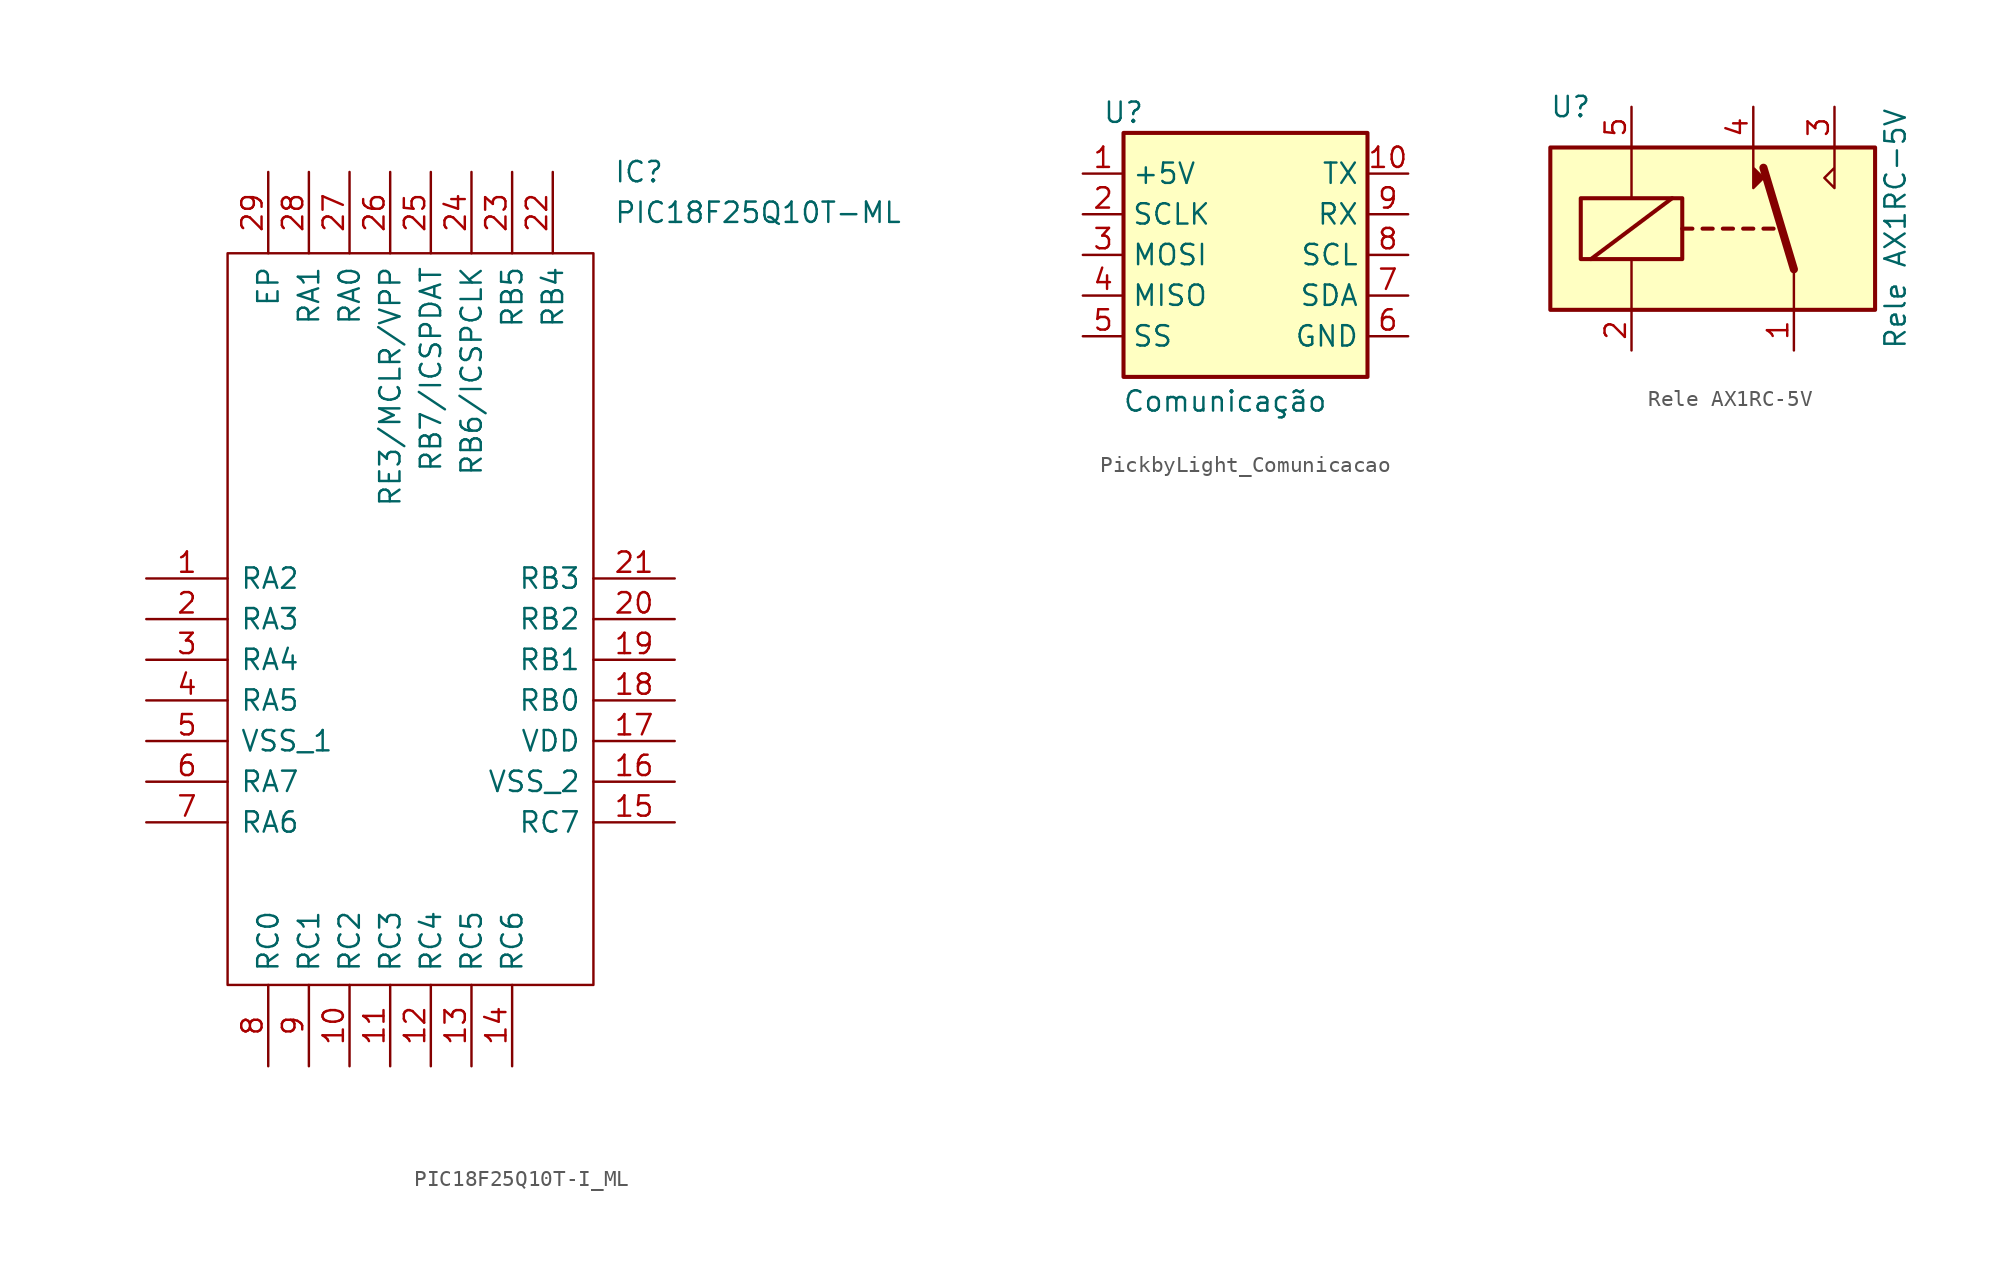
<source format=kicad_sym>
(kicad_symbol_lib
  (version 20231120)
  (generator "kicad_symbol_editor")
  (generator_version "8.0")
  (symbol "PIC18F25Q10T-I_ML"
    (pin_names
      (offset 0.762))
    (property "Reference" "IC"
      (at 29.21 25.4 0)
      (effects (font (size 1.27 1.27)) (justify left)))
    (property "Value" "PIC18F25Q10T-ML"
      (at 29.21 22.86 0)
      (effects (font (size 1.27 1.27)) (justify left)))
    (symbol "PIC18F25Q10T-I_ML_0_0"
      (pin passive line (at 0 0 0) (length 5.08) (name "RA2" (effects (font (size 1.27 1.27)))) (number "1" (effects (font (size 1.27 1.27)))))
      (pin passive line (at 12.7 -30.48 90) (length 5.08) (name "RC2" (effects (font (size 1.27 1.27)))) (number "10" (effects (font (size 1.27 1.27)))))
      (pin passive line (at 15.24 -30.48 90) (length 5.08) (name "RC3" (effects (font (size 1.27 1.27)))) (number "11" (effects (font (size 1.27 1.27)))))
      (pin passive line (at 17.78 -30.48 90) (length 5.08) (name "RC4" (effects (font (size 1.27 1.27)))) (number "12" (effects (font (size 1.27 1.27)))))
      (pin passive line (at 20.32 -30.48 90) (length 5.08) (name "RC5" (effects (font (size 1.27 1.27)))) (number "13" (effects (font (size 1.27 1.27)))))
      (pin passive line (at 22.86 -30.48 90) (length 5.08) (name "RC6" (effects (font (size 1.27 1.27)))) (number "14" (effects (font (size 1.27 1.27)))))
      (pin passive line (at 33.02 -15.24 180) (length 5.08) (name "RC7" (effects (font (size 1.27 1.27)))) (number "15" (effects (font (size 1.27 1.27)))))
      (pin passive line (at 33.02 -12.7 180) (length 5.08) (name "VSS_2" (effects (font (size 1.27 1.27)))) (number "16" (effects (font (size 1.27 1.27)))))
      (pin passive line (at 33.02 -10.16 180) (length 5.08) (name "VDD" (effects (font (size 1.27 1.27)))) (number "17" (effects (font (size 1.27 1.27)))))
      (pin passive line (at 33.02 -7.62 180) (length 5.08) (name "RB0" (effects (font (size 1.27 1.27)))) (number "18" (effects (font (size 1.27 1.27)))))
      (pin passive line (at 33.02 -5.08 180) (length 5.08) (name "RB1" (effects (font (size 1.27 1.27)))) (number "19" (effects (font (size 1.27 1.27)))))
      (pin passive line (at 0 -2.54 0) (length 5.08) (name "RA3" (effects (font (size 1.27 1.27)))) (number "2" (effects (font (size 1.27 1.27)))))
      (pin passive line (at 33.02 -2.54 180) (length 5.08) (name "RB2" (effects (font (size 1.27 1.27)))) (number "20" (effects (font (size 1.27 1.27)))))
      (pin passive line (at 33.02 0 180) (length 5.08) (name "RB3" (effects (font (size 1.27 1.27)))) (number "21" (effects (font (size 1.27 1.27)))))
      (pin passive line (at 25.4 25.4 270) (length 5.08) (name "RB4" (effects (font (size 1.27 1.27)))) (number "22" (effects (font (size 1.27 1.27)))))
      (pin passive line (at 22.86 25.4 270) (length 5.08) (name "RB5" (effects (font (size 1.27 1.27)))) (number "23" (effects (font (size 1.27 1.27)))))
      (pin passive line (at 20.32 25.4 270) (length 5.08) (name "RB6/ICSPCLK" (effects (font (size 1.27 1.27)))) (number "24" (effects (font (size 1.27 1.27)))))
      (pin passive line (at 17.78 25.4 270) (length 5.08) (name "RB7/ICSPDAT" (effects (font (size 1.27 1.27)))) (number "25" (effects (font (size 1.27 1.27)))))
      (pin passive line (at 15.24 25.4 270) (length 5.08) (name "RE3/MCLR/VPP" (effects (font (size 1.27 1.27)))) (number "26" (effects (font (size 1.27 1.27)))))
      (pin passive line (at 12.7 25.4 270) (length 5.08) (name "RA0" (effects (font (size 1.27 1.27)))) (number "27" (effects (font (size 1.27 1.27)))))
      (pin passive line (at 10.16 25.4 270) (length 5.08) (name "RA1" (effects (font (size 1.27 1.27)))) (number "28" (effects (font (size 1.27 1.27)))))
      (pin passive line (at 7.62 25.4 270) (length 5.08) (name "EP" (effects (font (size 1.27 1.27)))) (number "29" (effects (font (size 1.27 1.27)))))
      (pin passive line (at 0 -5.08 0) (length 5.08) (name "RA4" (effects (font (size 1.27 1.27)))) (number "3" (effects (font (size 1.27 1.27)))))
      (pin passive line (at 0 -7.62 0) (length 5.08) (name "RA5" (effects (font (size 1.27 1.27)))) (number "4" (effects (font (size 1.27 1.27)))))
      (pin passive line (at 0 -10.16 0) (length 5.08) (name "VSS_1" (effects (font (size 1.27 1.27)))) (number "5" (effects (font (size 1.27 1.27)))))
      (pin passive line (at 0 -12.7 0) (length 5.08) (name "RA7" (effects (font (size 1.27 1.27)))) (number "6" (effects (font (size 1.27 1.27)))))
      (pin passive line (at 0 -15.24 0) (length 5.08) (name "RA6" (effects (font (size 1.27 1.27)))) (number "7" (effects (font (size 1.27 1.27)))))
      (pin passive line (at 7.62 -30.48 90) (length 5.08) (name "RC0" (effects (font (size 1.27 1.27)))) (number "8" (effects (font (size 1.27 1.27)))))
      (pin passive line (at 10.16 -30.48 90) (length 5.08) (name "RC1" (effects (font (size 1.27 1.27)))) (number "9" (effects (font (size 1.27 1.27))))))
    (symbol "PIC18F25Q10T-I_ML_0_1"
      (polyline (pts (xy 5.08 20.32) (xy 27.94 20.32) (xy 27.94 -25.4) (xy 5.08 -25.4) (xy 5.08 20.32)) (stroke (width 0.152) (type solid)) (fill (type none)))))
  (symbol "PickbyLight_Comunicacao"
    (property "Reference" "U"
      (at 0 0 0)
      (effects (font (size 1.27 1.27))))
    (property "Value" "Comunicação"
      (at 6.35 -18.034 0)
      (effects (font (size 1.27 1.27))))
    (symbol "PickbyLight_Comunicacao_0_1"
      (rectangle (start 0 -1.27) (end 15.24 -16.51) (stroke (width 0.254) (type default)) (fill (type background))))
    (symbol "PickbyLight_Comunicacao_1_1"
      (pin power_in line (at -2.54 -3.81 0) (length 2.54) (name "+5V" (effects (font (size 1.27 1.27)))) (number "1" (effects (font (size 1.27 1.27)))))
      (pin bidirectional line (at 17.78 -3.81 180) (length 2.54) (name "TX" (effects (font (size 1.27 1.27)))) (number "10" (effects (font (size 1.27 1.27)))))
      (pin bidirectional line (at -2.54 -6.35 0) (length 2.54) (name "SCLK" (effects (font (size 1.27 1.27)))) (number "2" (effects (font (size 1.27 1.27)))))
      (pin bidirectional line (at -2.54 -8.89 0) (length 2.54) (name "MOSI" (effects (font (size 1.27 1.27)))) (number "3" (effects (font (size 1.27 1.27)))))
      (pin bidirectional line (at -2.54 -11.43 0) (length 2.54) (name "MISO" (effects (font (size 1.27 1.27)))) (number "4" (effects (font (size 1.27 1.27)))))
      (pin bidirectional line (at -2.54 -13.97 0) (length 2.54) (name "SS" (effects (font (size 1.27 1.27)))) (number "5" (effects (font (size 1.27 1.27)))))
      (pin power_out line (at 17.78 -13.97 180) (length 2.54) (name "GND" (effects (font (size 1.27 1.27)))) (number "6" (effects (font (size 1.27 1.27)))))
      (pin bidirectional line (at 17.78 -11.43 180) (length 2.54) (name "SDA" (effects (font (size 1.27 1.27)))) (number "7" (effects (font (size 1.27 1.27)))))
      (pin bidirectional line (at 17.78 -8.89 180) (length 2.54) (name "SCL" (effects (font (size 1.27 1.27)))) (number "8" (effects (font (size 1.27 1.27)))))
      (pin bidirectional line (at 17.78 -6.35 180) (length 2.54) (name "RX" (effects (font (size 1.27 1.27)))) (number "9" (effects (font (size 1.27 1.27)))))))
  (symbol "Rele AX1RC-5V"
    (property "Reference" "U"
      (at 0 0 0)
      (effects (font (size 1.27 1.27))))
    (property "Value" "Rele AX1RC-5V"
      (at 20.32 -7.62 90)
      (effects (font (size 1.27 1.27))))
    (symbol "Rele AX1RC-5V_0_0"
      (polyline (pts (xy 16.51 -2.54) (xy 16.51 -5.08) (xy 15.875 -4.445) (xy 16.51 -3.81)) (stroke (width 0) (type default)) (fill (type none))))
    (symbol "Rele AX1RC-5V_0_1"
      (rectangle (start -1.27 -2.54) (end 19.05 -12.7) (stroke (width 0.254) (type default)) (fill (type background)))
      (polyline (pts (xy 1.27 -9.525) (xy 6.35 -5.715)) (stroke (width 0.254) (type default)) (fill (type none)))
      (polyline (pts (xy 3.81 -12.7) (xy 3.81 -9.525)) (stroke (width 0) (type default)) (fill (type none)))
      (polyline (pts (xy 3.81 -2.54) (xy 3.81 -5.715)) (stroke (width 0) (type default)) (fill (type none)))
      (polyline (pts (xy 6.985 -7.62) (xy 7.62 -7.62)) (stroke (width 0.254) (type default)) (fill (type none)))
      (polyline (pts (xy 8.255 -7.62) (xy 8.89 -7.62)) (stroke (width 0.254) (type default)) (fill (type none)))
      (polyline (pts (xy 9.525 -7.62) (xy 10.16 -7.62)) (stroke (width 0.254) (type default)) (fill (type none)))
      (polyline (pts (xy 10.795 -7.62) (xy 11.43 -7.62)) (stroke (width 0.254) (type default)) (fill (type none)))
      (polyline (pts (xy 12.065 -7.62) (xy 12.7 -7.62)) (stroke (width 0.254) (type default)) (fill (type none)))
      (polyline (pts (xy 13.97 -10.16) (xy 12.065 -3.81)) (stroke (width 0.508) (type default)) (fill (type none)))
      (polyline (pts (xy 13.97 -10.16) (xy 13.97 -12.7)) (stroke (width 0) (type default)) (fill (type none)))
      (polyline (pts (xy 11.43 -2.54) (xy 11.43 -5.08) (xy 12.065 -4.445) (xy 11.43 -3.81)) (stroke (width 0) (type default)) (fill (type outline)))
      (rectangle (start 0.635 -5.715) (end 6.985 -9.525) (stroke (width 0.254) (type default)) (fill (type none))))
    (symbol "Rele AX1RC-5V_1_1"
      (pin passive line (at 13.97 -15.24 90) (length 2.54) (name "~" (effects (font (size 1.27 1.27)))) (number "1" (effects (font (size 1.27 1.27)))))
      (pin passive line (at 3.81 -15.24 90) (length 2.54) (name "~" (effects (font (size 1.27 1.27)))) (number "2" (effects (font (size 1.27 1.27)))))
      (pin passive line (at 16.51 0 270) (length 2.54) (name "~" (effects (font (size 1.27 1.27)))) (number "3" (effects (font (size 1.27 1.27)))))
      (pin passive line (at 11.43 0 270) (length 2.54) (name "~" (effects (font (size 1.27 1.27)))) (number "4" (effects (font (size 1.27 1.27)))))
      (pin passive line (at 3.81 0 270) (length 2.54) (name "~" (effects (font (size 1.27 1.27)))) (number "5" (effects (font (size 1.27 1.27))))))))
</source>
